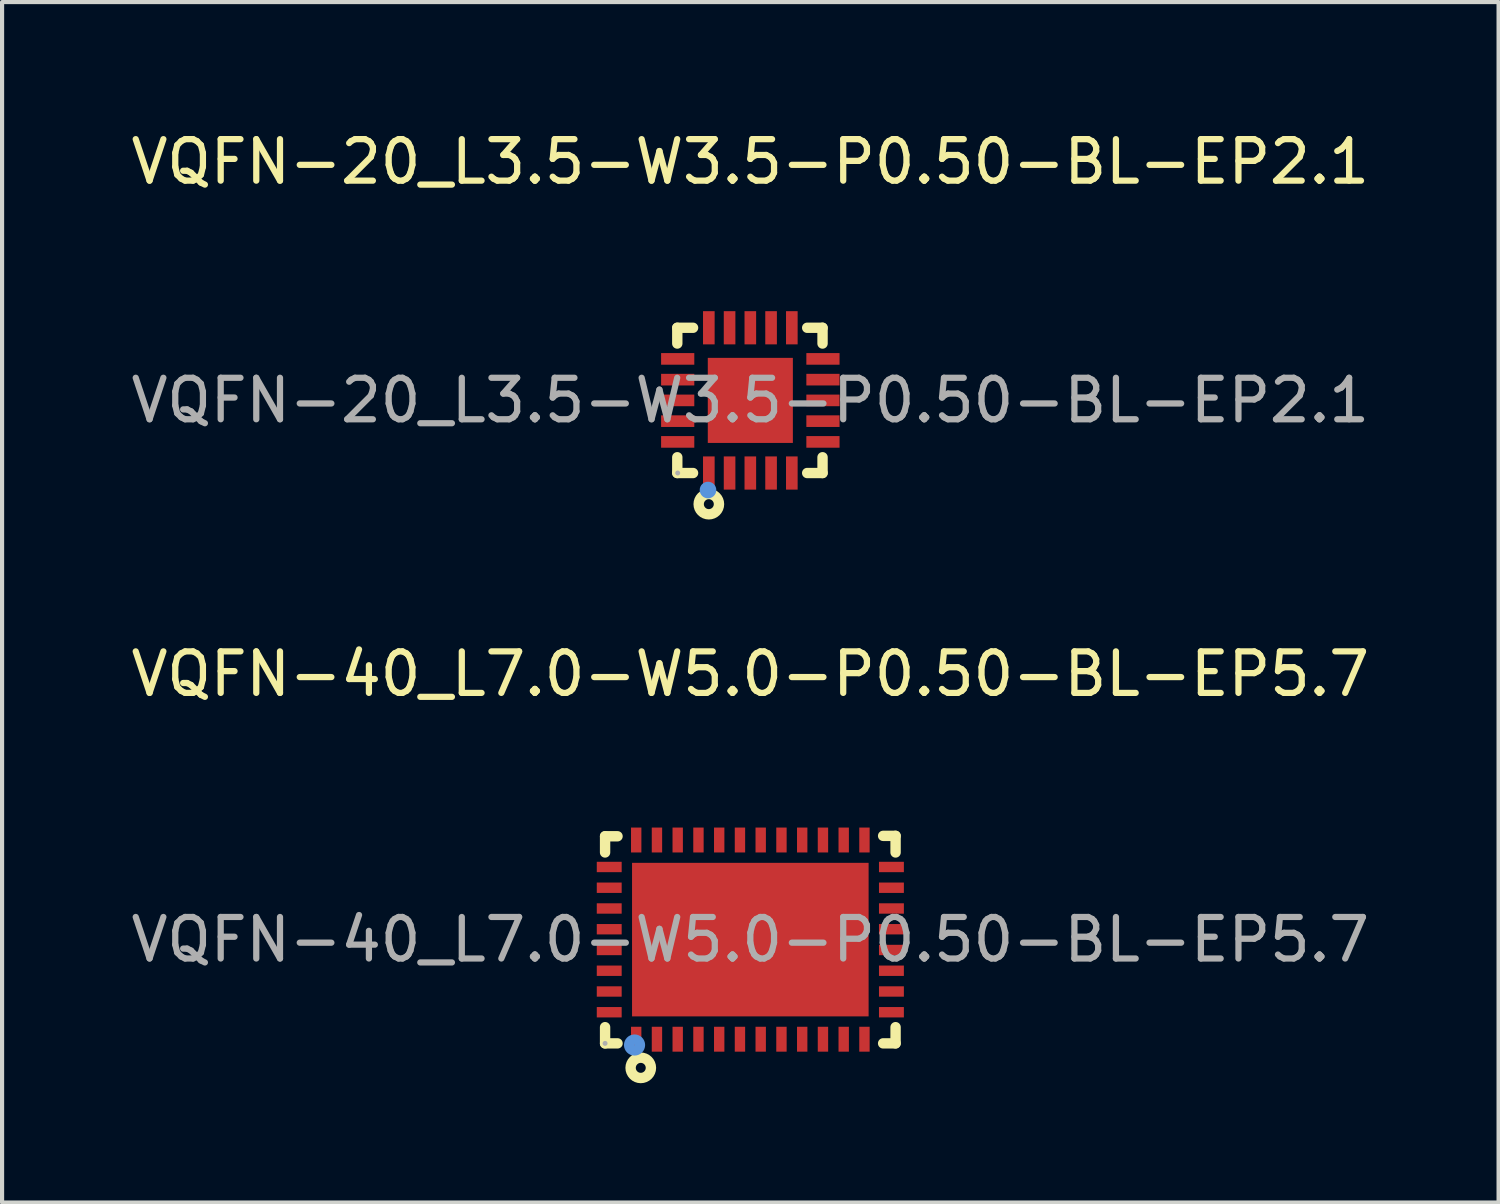
<source format=kicad_pcb>
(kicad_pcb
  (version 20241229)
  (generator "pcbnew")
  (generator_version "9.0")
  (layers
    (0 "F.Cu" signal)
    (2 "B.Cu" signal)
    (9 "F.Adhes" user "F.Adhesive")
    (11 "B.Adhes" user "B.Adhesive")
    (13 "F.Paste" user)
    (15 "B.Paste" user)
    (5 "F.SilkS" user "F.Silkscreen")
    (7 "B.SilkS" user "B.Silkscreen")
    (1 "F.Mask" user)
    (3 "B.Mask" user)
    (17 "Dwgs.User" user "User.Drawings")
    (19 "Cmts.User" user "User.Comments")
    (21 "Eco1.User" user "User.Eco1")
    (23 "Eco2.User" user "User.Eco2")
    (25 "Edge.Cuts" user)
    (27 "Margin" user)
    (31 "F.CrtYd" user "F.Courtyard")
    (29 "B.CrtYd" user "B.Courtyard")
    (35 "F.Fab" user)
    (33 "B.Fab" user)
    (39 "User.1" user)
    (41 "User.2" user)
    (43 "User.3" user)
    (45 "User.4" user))
  (footprint "VQFN-20_L3.5-W3.5-P0.50-BL-EP2.1"
    (layer "F.Cu")
    (at 15.03 6.598)
    (property "Reference" "VQFN-20_L3.5-W3.5-P0.50-BL-EP2.1" (at 0 -5.75 0) (layer "F.SilkS") (effects (font (size 1 1) (thickness 0.15))))
    (attr smd)
    (fp_line (start -1.76 -1.37) (end -1.76 -1.75) (stroke (width 0.25) (type solid)) (layer "F.SilkS"))
    (fp_line (start -1.76 1.75) (end -1.76 1.37) (stroke (width 0.25) (type solid)) (layer "F.SilkS"))
    (fp_line (start -1.76 1.75) (end -1.38 1.75) (stroke (width 0.25) (type solid)) (layer "F.SilkS"))
    (fp_line (start -1.38 -1.75) (end -1.76 -1.75) (stroke (width 0.25) (type solid)) (layer "F.SilkS"))
    (fp_line (start 1.37 1.75) (end 1.74 1.75) (stroke (width 0.25) (type solid)) (layer "F.SilkS"))
    (fp_line (start 1.74 -1.75) (end 1.37 -1.75) (stroke (width 0.25) (type solid)) (layer "F.SilkS"))
    (fp_line (start 1.74 -1.37) (end 1.74 -1.75) (stroke (width 0.25) (type solid)) (layer "F.SilkS"))
    (fp_line (start 1.74 1.75) (end 1.74 1.37) (stroke (width 0.25) (type solid)) (layer "F.SilkS"))
    (fp_circle (center -1 2.5) (end -0.88 2.5) (stroke (width 0.25) (type solid)) (fill no) (layer "F.SilkS"))
    (fp_circle (center -1.02 2.16) (end -0.92 2.16) (stroke (width 0.2) (type solid)) (fill no) (layer "Cmts.User"))
    (fp_circle (center -1.75 1.75) (end -1.72 1.75) (stroke (width 0.06) (type solid)) (fill no) (layer "F.Fab"))
    (fp_text user "${REFERENCE}" (at 0 0 0) (layer "F.Fab") (effects (font (size 1 1) (thickness 0.15))))
    (pad "1" smd rect (at -1 1.75) (size 0.28 0.8) (layers "F.Cu" "F.Mask" "F.Paste"))
    (pad "2" smd rect (at -0.5 1.75) (size 0.28 0.8) (layers "F.Cu" "F.Mask" "F.Paste"))
    (pad "3" smd rect (at 0 1.75) (size 0.28 0.8) (layers "F.Cu" "F.Mask" "F.Paste"))
    (pad "4" smd rect (at 0.5 1.75) (size 0.28 0.8) (layers "F.Cu" "F.Mask" "F.Paste"))
    (pad "5" smd rect (at 1 1.75) (size 0.28 0.8) (layers "F.Cu" "F.Mask" "F.Paste"))
    (pad "6" smd rect (at 1.75 1) (size 0.8 0.28) (layers "F.Cu" "F.Mask" "F.Paste"))
    (pad "7" smd rect (at 1.75 0.5) (size 0.8 0.28) (layers "F.Cu" "F.Mask" "F.Paste"))
    (pad "8" smd rect (at 1.75 0) (size 0.8 0.28) (layers "F.Cu" "F.Mask" "F.Paste"))
    (pad "9" smd rect (at 1.75 -0.5) (size 0.8 0.28) (layers "F.Cu" "F.Mask" "F.Paste"))
    (pad "10" smd rect (at 1.75 -1) (size 0.8 0.28) (layers "F.Cu" "F.Mask" "F.Paste"))
    (pad "11" smd rect (at 1 -1.75) (size 0.28 0.8) (layers "F.Cu" "F.Mask" "F.Paste"))
    (pad "12" smd rect (at 0.5 -1.75) (size 0.28 0.8) (layers "F.Cu" "F.Mask" "F.Paste"))
    (pad "13" smd rect (at 0 -1.75) (size 0.28 0.8) (layers "F.Cu" "F.Mask" "F.Paste"))
    (pad "14" smd rect (at -0.5 -1.75) (size 0.28 0.8) (layers "F.Cu" "F.Mask" "F.Paste"))
    (pad "15" smd rect (at -1 -1.75) (size 0.28 0.8) (layers "F.Cu" "F.Mask" "F.Paste"))
    (pad "16" smd rect (at -1.75 -1) (size 0.8 0.28) (layers "F.Cu" "F.Mask" "F.Paste"))
    (pad "17" smd rect (at -1.75 -0.5) (size 0.8 0.28) (layers "F.Cu" "F.Mask" "F.Paste"))
    (pad "18" smd rect (at -1.75 0) (size 0.8 0.28) (layers "F.Cu" "F.Mask" "F.Paste"))
    (pad "19" smd rect (at -1.75 0.5) (size 0.8 0.28) (layers "F.Cu" "F.Mask" "F.Paste"))
    (pad "20" smd rect (at -1.75 1) (size 0.8 0.28) (layers "F.Cu" "F.Mask" "F.Paste"))
    (pad "21" smd rect (at 0 0 90) (size 2.05 2.05) (layers "F.Cu" "F.Mask" "F.Paste")))
  (footprint "VQFN-40_L7.0-W5.0-P0.50-BL-EP5.7"
    (layer "F.Cu")
    (at 15.03 19.591)
    (property "Reference" "VQFN-40_L7.0-W5.0-P0.50-BL-EP5.7" (at 0 -6.4 0) (layer "F.SilkS") (effects (font (size 1 1) (thickness 0.15))))
    (attr through_hole)
    (fp_line (start -3.5 -2.49) (end -3.5 -2.1) (stroke (width 0.25) (type solid)) (layer "F.SilkS"))
    (fp_line (start -3.5 2.11) (end -3.5 2.5) (stroke (width 0.25) (type solid)) (layer "F.SilkS"))
    (fp_line (start -3.5 2.5) (end -3.2 2.5) (stroke (width 0.25) (type solid)) (layer "F.SilkS"))
    (fp_line (start -3.2 -2.49) (end -3.5 -2.49) (stroke (width 0.25) (type solid)) (layer "F.SilkS"))
    (fp_line (start 3.2 2.5) (end 3.5 2.5) (stroke (width 0.25) (type solid)) (layer "F.SilkS"))
    (fp_line (start 3.5 -2.5) (end 3.2 -2.5) (stroke (width 0.25) (type solid)) (layer "F.SilkS"))
    (fp_line (start 3.5 -2.1) (end 3.5 -2.5) (stroke (width 0.25) (type solid)) (layer "F.SilkS"))
    (fp_line (start 3.5 2.5) (end 3.5 2.11) (stroke (width 0.25) (type solid)) (layer "F.SilkS"))
    (fp_circle (center -2.64 3.09) (end -2.52 3.09) (stroke (width 0.25) (type solid)) (fill no) (layer "F.SilkS"))
    (fp_circle (center -2.79 2.54) (end -2.66 2.54) (stroke (width 0.25) (type solid)) (fill no) (layer "Cmts.User"))
    (fp_circle (center -3.5 2.5) (end -3.47 2.5) (stroke (width 0.06) (type solid)) (fill no) (layer "F.Fab"))
    (fp_text user "${REFERENCE}" (at 0 0 0) (layer "F.Fab") (effects (font (size 1 1) (thickness 0.15))))
    (pad "1" smd rect (at -2.75 2.4 90) (size 0.6 0.25) (layers "F.Cu" "F.Mask" "F.Paste"))
    (pad "2" smd rect (at -2.25 2.4 90) (size 0.6 0.25) (layers "F.Cu" "F.Mask" "F.Paste"))
    (pad "3" smd rect (at -1.75 2.4 90) (size 0.6 0.25) (layers "F.Cu" "F.Mask" "F.Paste"))
    (pad "4" smd rect (at -1.25 2.4 90) (size 0.6 0.25) (layers "F.Cu" "F.Mask" "F.Paste"))
    (pad "5" smd rect (at -0.75 2.4 90) (size 0.6 0.25) (layers "F.Cu" "F.Mask" "F.Paste"))
    (pad "6" smd rect (at -0.25 2.4 90) (size 0.6 0.25) (layers "F.Cu" "F.Mask" "F.Paste"))
    (pad "7" smd rect (at 0.25 2.4 90) (size 0.6 0.25) (layers "F.Cu" "F.Mask" "F.Paste"))
    (pad "8" smd rect (at 0.75 2.4 90) (size 0.6 0.25) (layers "F.Cu" "F.Mask" "F.Paste"))
    (pad "9" smd rect (at 1.25 2.4 90) (size 0.6 0.25) (layers "F.Cu" "F.Mask" "F.Paste"))
    (pad "10" smd rect (at 1.75 2.4 90) (size 0.6 0.25) (layers "F.Cu" "F.Mask" "F.Paste"))
    (pad "11" smd rect (at 2.25 2.4 90) (size 0.6 0.25) (layers "F.Cu" "F.Mask" "F.Paste"))
    (pad "12" smd rect (at 2.75 2.4 90) (size 0.6 0.25) (layers "F.Cu" "F.Mask" "F.Paste"))
    (pad "13" smd rect (at 3.4 1.75 180) (size 0.6 0.25) (layers "F.Cu" "F.Mask" "F.Paste"))
    (pad "14" smd rect (at 3.4 1.25 180) (size 0.6 0.25) (layers "F.Cu" "F.Mask" "F.Paste"))
    (pad "15" smd rect (at 3.4 0.75 180) (size 0.6 0.25) (layers "F.Cu" "F.Mask" "F.Paste"))
    (pad "16" smd rect (at 3.4 0.25 180) (size 0.6 0.25) (layers "F.Cu" "F.Mask" "F.Paste"))
    (pad "17" smd rect (at 3.4 -0.25 180) (size 0.6 0.25) (layers "F.Cu" "F.Mask" "F.Paste"))
    (pad "18" smd rect (at 3.4 -0.75 180) (size 0.6 0.25) (layers "F.Cu" "F.Mask" "F.Paste"))
    (pad "19" smd rect (at 3.4 -1.25 180) (size 0.6 0.25) (layers "F.Cu" "F.Mask" "F.Paste"))
    (pad "20" smd rect (at 3.4 -1.75 180) (size 0.6 0.25) (layers "F.Cu" "F.Mask" "F.Paste"))
    (pad "21" smd rect (at 2.75 -2.4 270) (size 0.6 0.25) (layers "F.Cu" "F.Mask" "F.Paste"))
    (pad "22" smd rect (at 2.25 -2.4 270) (size 0.6 0.25) (layers "F.Cu" "F.Mask" "F.Paste"))
    (pad "23" smd rect (at 1.75 -2.4 270) (size 0.6 0.25) (layers "F.Cu" "F.Mask" "F.Paste"))
    (pad "24" smd rect (at 1.25 -2.4 270) (size 0.6 0.25) (layers "F.Cu" "F.Mask" "F.Paste"))
    (pad "25" smd rect (at 0.75 -2.4 270) (size 0.6 0.25) (layers "F.Cu" "F.Mask" "F.Paste"))
    (pad "26" smd rect (at 0.25 -2.4 270) (size 0.6 0.25) (layers "F.Cu" "F.Mask" "F.Paste"))
    (pad "27" smd rect (at -0.25 -2.4 270) (size 0.6 0.25) (layers "F.Cu" "F.Mask" "F.Paste"))
    (pad "28" smd rect (at -0.75 -2.4 270) (size 0.6 0.25) (layers "F.Cu" "F.Mask" "F.Paste"))
    (pad "29" smd rect (at -1.25 -2.4 270) (size 0.6 0.25) (layers "F.Cu" "F.Mask" "F.Paste"))
    (pad "30" smd rect (at -1.75 -2.4 270) (size 0.6 0.25) (layers "F.Cu" "F.Mask" "F.Paste"))
    (pad "31" smd rect (at -2.25 -2.4 270) (size 0.6 0.25) (layers "F.Cu" "F.Mask" "F.Paste"))
    (pad "32" smd rect (at -2.75 -2.4 270) (size 0.6 0.25) (layers "F.Cu" "F.Mask" "F.Paste"))
    (pad "33" smd rect (at -3.4 -1.75) (size 0.6 0.25) (layers "F.Cu" "F.Mask" "F.Paste"))
    (pad "34" smd rect (at -3.4 -1.25) (size 0.6 0.25) (layers "F.Cu" "F.Mask" "F.Paste"))
    (pad "35" smd rect (at -3.4 -0.75) (size 0.6 0.25) (layers "F.Cu" "F.Mask" "F.Paste"))
    (pad "36" smd rect (at -3.4 -0.25) (size 0.6 0.25) (layers "F.Cu" "F.Mask" "F.Paste"))
    (pad "37" smd rect (at -3.4 0.25) (size 0.6 0.25) (layers "F.Cu" "F.Mask" "F.Paste"))
    (pad "38" smd rect (at -3.4 0.75) (size 0.6 0.25) (layers "F.Cu" "F.Mask" "F.Paste"))
    (pad "39" smd rect (at -3.4 1.25) (size 0.6 0.25) (layers "F.Cu" "F.Mask" "F.Paste"))
    (pad "40" smd rect (at -3.4 1.75) (size 0.6 0.25) (layers "F.Cu" "F.Mask" "F.Paste"))
    (pad "41" smd rect (at 0 0 270) (size 3.7 5.7) (layers "F.Cu" "F.Mask" "F.Paste")))
  (gr_rect
    (start -3 -3)
    (end 33.06 25.927)
    (stroke (width 0.1) (type default))
    (fill no)
    (layer "Edge.Cuts")))
</source>
